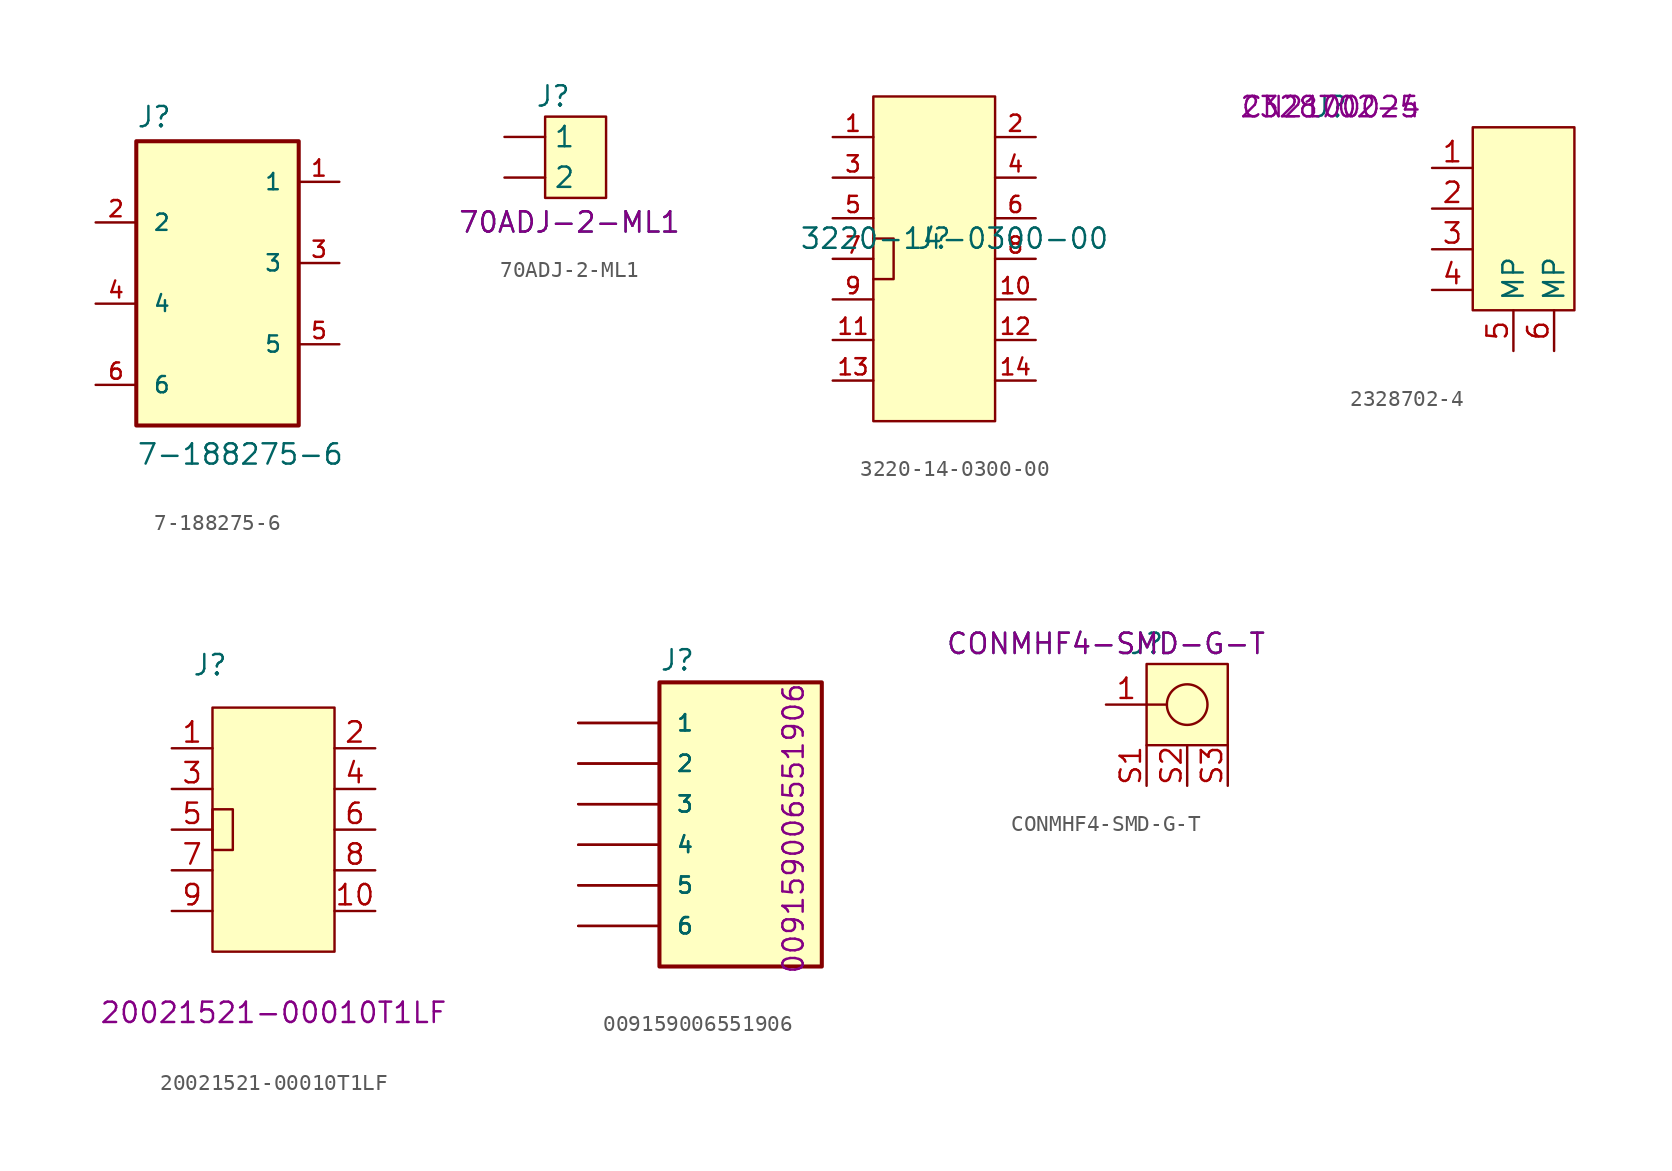
<source format=kicad_sym>
(kicad_symbol_lib
  (version 20241209)
  (generator "kicad_symbol_editor")
  (generator_version "9.0")
  (symbol "7-188275-6"
    (pin_names
      (offset 1.016))
    (property "Reference" "J"
      (at -5.088 8.394 0)
      (effects (font (size 1.27 1.27)) (justify left bottom)))
    (property "Value" "7-188275-6"
      (at -5.082 -12.706 0)
      (effects (font (size 1.27 1.27)) (justify left bottom)))
    (symbol "7-188275-6_0_0"
      (rectangle (start -5.08 -10.16) (end 5.08 7.62) (stroke (width 0.254) (type default)) (fill (type background))))
    (symbol "7-188275-6_1_0"
      (pin passive line (at -7.62 2.54 0) (length 2.54) (name "2" (effects (font (size 1.016 1.016)))) (number "2" (effects (font (size 1.016 1.016)))))
      (pin passive line (at -7.62 -2.54 0) (length 2.54) (name "4" (effects (font (size 1.016 1.016)))) (number "4" (effects (font (size 1.016 1.016)))))
      (pin passive line (at -7.62 -7.62 0) (length 2.54) (name "6" (effects (font (size 1.016 1.016)))) (number "6" (effects (font (size 1.016 1.016)))))
      (pin passive line (at 7.62 5.08 180) (length 2.54) (name "1" (effects (font (size 1.016 1.016)))) (number "1" (effects (font (size 1.016 1.016)))))
      (pin passive line (at 7.62 0 180) (length 2.54) (name "3" (effects (font (size 1.016 1.016)))) (number "3" (effects (font (size 1.016 1.016)))))
      (pin passive line (at 7.62 -5.08 180) (length 2.54) (name "5" (effects (font (size 1.016 1.016)))) (number "5" (effects (font (size 1.016 1.016)))))))
  (symbol "70ADJ-2-ML1"
    (pin_numbers
      (hide yes))
    (property "Reference" "J"
      (at 3.048 2.54 0)
      (effects (font (size 1.27 1.27))))
    (property "Value" "70ADJ-2-ML1"
      (at 4.064 -5.334 0)
      (effects (font (size 1.27 1.27))))
    (property "PartNumber" "70ADJ-2-ML1"
      (at 4.064 -5.334 0)
      (effects (font (size 1.27 1.27))))
    (symbol "70ADJ-2-ML1_1_1"
      (rectangle (start 2.54 1.27) (end 6.35 -3.81) (stroke (width 0) (type default)) (fill (type background)))
      (pin passive line (at 0 0 0) (length 2.54) (name "1" (effects (font (size 1.27 1.27)))) (number "1" (effects (font (size 1.27 1.27)))))
      (pin passive line (at 0 -2.54 0) (length 2.54) (name "2" (effects (font (size 1.27 1.27)))) (number "2" (effects (font (size 1.27 1.27)))))))
  (symbol "3220-14-0300-00"
    (pin_names
      (hide yes))
    (property "Reference" "J"
      (at 0 0 0)
      (effects (font (size 1.27 1.27))))
    (property "Value" "3220-14-0300-00"
      (at 1.27 0 0)
      (effects (font (size 1.27 1.27))))
    (symbol "3220-14-0300-00_0_1"
      (polyline (pts (xy -3.81 0) (xy -2.54 0) (xy -2.54 -2.54) (xy -3.81 -2.54)) (stroke (width 0) (type default)) (fill (type none))))
    (symbol "3220-14-0300-00_1_0"
      (pin passive line (at -6.35 6.35 0) (length 2.54) (name "" (effects (font (size 1.016 1.016)))) (number "1" (effects (font (size 1.016 1.016)))))
      (pin passive line (at -6.35 3.81 0) (length 2.54) (name "" (effects (font (size 1.016 1.016)))) (number "3" (effects (font (size 1.016 1.016)))))
      (pin passive line (at -6.35 1.27 0) (length 2.54) (name "" (effects (font (size 1.016 1.016)))) (number "5" (effects (font (size 1.016 1.016)))))
      (pin passive line (at -6.35 -1.27 0) (length 2.54) (name "" (effects (font (size 1.016 1.016)))) (number "7" (effects (font (size 1.016 1.016)))))
      (pin passive line (at -6.35 -3.81 0) (length 2.54) (name "" (effects (font (size 1.016 1.016)))) (number "9" (effects (font (size 1.016 1.016)))))
      (pin passive line (at -6.35 -6.35 0) (length 2.54) (name "" (effects (font (size 1.016 1.016)))) (number "11" (effects (font (size 1.016 1.016)))))
      (pin passive line (at -6.35 -8.89 0) (length 2.54) (name "" (effects (font (size 1.016 1.016)))) (number "13" (effects (font (size 1.016 1.016)))))
      (pin passive line (at 6.35 6.35 180) (length 2.54) (name "" (effects (font (size 1.016 1.016)))) (number "2" (effects (font (size 1.016 1.016)))))
      (pin passive line (at 6.35 3.81 180) (length 2.54) (name "" (effects (font (size 1.016 1.016)))) (number "4" (effects (font (size 1.016 1.016)))))
      (pin passive line (at 6.35 1.27 180) (length 2.54) (name "" (effects (font (size 1.016 1.016)))) (number "6" (effects (font (size 1.016 1.016)))))
      (pin passive line (at 6.35 -1.27 180) (length 2.54) (name "" (effects (font (size 1.016 1.016)))) (number "8" (effects (font (size 1.016 1.016)))))
      (pin passive line (at 6.35 -3.81 180) (length 2.54) (name "" (effects (font (size 1.016 1.016)))) (number "10" (effects (font (size 1.016 1.016)))))
      (pin passive line (at 6.35 -6.35 180) (length 2.54) (name "" (effects (font (size 1.016 1.016)))) (number "12" (effects (font (size 1.016 1.016)))))
      (pin passive line (at 6.35 -8.89 180) (length 2.54) (name "" (effects (font (size 1.016 1.016)))) (number "14" (effects (font (size 1.016 1.016))))))
    (symbol "3220-14-0300-00_1_1"
      (rectangle (start -3.81 8.89) (end 3.81 -11.43) (stroke (width 0) (type default)) (fill (type background)))))
  (symbol "2328702-4"
    (property "Reference" "J"
      (at 0 0 0)
      (effects (font (size 1.27 1.27))))
    (property "PartNumber" "2328702-4"
      (at 0 0 0)
      (effects (font (size 1.27 1.27))))
    (property "AdmetecPN" "CN2100025"
      (at 0 0 0)
      (effects (font (size 1.27 1.27))))
    (symbol "2328702-4_1_1"
      (rectangle (start 8.89 -1.27) (end 15.24 -12.7) (stroke (width 0) (type default)) (fill (type background)))
      (pin passive line (at 6.35 -3.81 0) (length 2.54) (name "" (effects (font (size 1.27 1.27)))) (number "1" (effects (font (size 1.27 1.27)))))
      (pin passive line (at 6.35 -6.35 0) (length 2.54) (name "" (effects (font (size 1.27 1.27)))) (number "2" (effects (font (size 1.27 1.27)))))
      (pin passive line (at 6.35 -8.89 0) (length 2.54) (name "" (effects (font (size 1.27 1.27)))) (number "3" (effects (font (size 1.27 1.27)))))
      (pin passive line (at 6.35 -11.43 0) (length 2.54) (name "" (effects (font (size 1.27 1.27)))) (number "4" (effects (font (size 1.27 1.27)))))
      (pin passive line (at 11.43 -15.24 90) (length 2.54) (name "MP" (effects (font (size 1.27 1.27)))) (number "5" (effects (font (size 1.27 1.27)))))
      (pin passive line (at 13.97 -15.24 90) (length 2.54) (name "MP" (effects (font (size 1.27 1.27)))) (number "6" (effects (font (size 1.27 1.27)))))))
  (symbol "20021521-00010T1LF"
    (pin_names
      (offset 1.016)
      (hide yes))
    (property "Reference" "J"
      (at -5.087 9.534 0)
      (effects (font (size 1.27 1.27)) (justify left bottom)))
    (property "PartNumber" "20021521-00010T1LF"
      (at 0 -11.43 0)
      (effects (font (size 1.27 1.27))))
    (symbol "20021521-00010T1LF_0_0"
      (pin passive line (at -6.35 5.08 0) (length 2.54) (name "" (effects (font (size 1.27 1.27)))) (number "1" (effects (font (size 1.27 1.27)))))
      (pin passive line (at -6.35 2.54 0) (length 2.54) (name "" (effects (font (size 1.27 1.27)))) (number "3" (effects (font (size 1.27 1.27)))))
      (pin passive line (at -6.35 0 0) (length 2.54) (name "" (effects (font (size 1.27 1.27)))) (number "5" (effects (font (size 1.27 1.27)))))
      (pin passive line (at -6.35 -2.54 0) (length 2.54) (name "" (effects (font (size 1.27 1.27)))) (number "7" (effects (font (size 1.27 1.27)))))
      (pin passive line (at -6.35 -5.08 0) (length 2.54) (name "" (effects (font (size 1.27 1.27)))) (number "9" (effects (font (size 1.27 1.27)))))
      (pin passive line (at 6.35 5.08 180) (length 2.54) (name "" (effects (font (size 1.27 1.27)))) (number "2" (effects (font (size 1.27 1.27)))))
      (pin passive line (at 6.35 2.54 180) (length 2.54) (name "" (effects (font (size 1.27 1.27)))) (number "4" (effects (font (size 1.27 1.27)))))
      (pin passive line (at 6.35 0 180) (length 2.54) (name "" (effects (font (size 1.27 1.27)))) (number "6" (effects (font (size 1.27 1.27)))))
      (pin passive line (at 6.35 -2.54 180) (length 2.54) (name "" (effects (font (size 1.27 1.27)))) (number "8" (effects (font (size 1.27 1.27)))))
      (pin passive line (at 6.35 -5.08 180) (length 2.54) (name "" (effects (font (size 1.27 1.27)))) (number "10" (effects (font (size 1.27 1.27))))))
    (symbol "20021521-00010T1LF_1_1"
      (rectangle (start -3.81 7.62) (end 3.81 -7.62) (stroke (width 0) (type default)) (fill (type background)))
      (rectangle (start -3.81 1.27) (end -2.54 -1.27) (stroke (width 0) (type default)) (fill (type none)))))
  (symbol "009159006551906"
    (pin_numbers
      (hide yes))
    (pin_names
      (offset 1.016))
    (property "Reference" "J"
      (at -5.085 10.806 0)
      (effects (font (size 1.27 1.27)) (justify left bottom)))
    (property "PartNumber" "009159006551906"
      (at 3.302 1.016 90)
      (effects (font (size 1.27 1.27))))
    (symbol "009159006551906_0_0"
      (rectangle (start -5.08 -7.62) (end 5.08 10.16) (stroke (width 0.254) (type default)) (fill (type background)))
      (pin passive line (at -10.16 7.62 0) (length 5.08) (name "1" (effects (font (size 1.016 1.016)))) (number "1" (effects (font (size 1.016 1.016)))))
      (pin passive line (at -10.16 7.62 0) (length 5.08) (name "1" (effects (font (size 1.016 1.016)))) (number "1_1" (effects (font (size 1.016 1.016)))))
      (pin passive line (at -10.16 5.08 0) (length 5.08) (name "2" (effects (font (size 1.016 1.016)))) (number "2" (effects (font (size 1.016 1.016)))))
      (pin passive line (at -10.16 5.08 0) (length 5.08) (name "2" (effects (font (size 1.016 1.016)))) (number "2_1" (effects (font (size 1.016 1.016)))))
      (pin passive line (at -10.16 2.54 0) (length 5.08) (name "3" (effects (font (size 1.016 1.016)))) (number "3" (effects (font (size 1.016 1.016)))))
      (pin passive line (at -10.16 2.54 0) (length 5.08) (name "3" (effects (font (size 1.016 1.016)))) (number "3_1" (effects (font (size 1.016 1.016)))))
      (pin passive line (at -10.16 0 0) (length 5.08) (name "4" (effects (font (size 1.016 1.016)))) (number "4" (effects (font (size 1.016 1.016)))))
      (pin passive line (at -10.16 0 0) (length 5.08) (name "4" (effects (font (size 1.016 1.016)))) (number "4_1" (effects (font (size 1.016 1.016)))))
      (pin passive line (at -10.16 -2.54 0) (length 5.08) (name "5" (effects (font (size 1.016 1.016)))) (number "5" (effects (font (size 1.016 1.016)))))
      (pin passive line (at -10.16 -2.54 0) (length 5.08) (name "5" (effects (font (size 1.016 1.016)))) (number "5_1" (effects (font (size 1.016 1.016)))))
      (pin passive line (at -10.16 -5.08 0) (length 5.08) (name "6" (effects (font (size 1.016 1.016)))) (number "6" (effects (font (size 1.016 1.016)))))
      (pin passive line (at -10.16 -5.08 0) (length 5.08) (name "6" (effects (font (size 1.016 1.016)))) (number "6_1" (effects (font (size 1.016 1.016)))))))
  (symbol "CONMHF4-SMD-G-T"
    (property "Reference" "J"
      (at 2.54 0 0)
      (effects (font (size 1.27 1.27))))
    (property "Value" "CONMHF4-SMD-G-T"
      (at 0 0 0)
      (effects (font (size 1.27 1.27))))
    (property "PartNumber" "CONMHF4-SMD-G-T"
      (at 0 0 0)
      (effects (font (size 1.27 1.27))))
    (symbol "CONMHF4-SMD-G-T_0_1"
      (polyline (pts (xy 2.54 -3.81) (xy 3.81 -3.81)) (stroke (width 0) (type default)) (fill (type none)))
      (circle (center 5.08 -3.81) (radius 1.27) (stroke (width 0) (type default)) (fill (type none))))
    (symbol "CONMHF4-SMD-G-T_1_1"
      (rectangle (start 2.54 -1.27) (end 7.62 -6.35) (stroke (width 0) (type default)) (fill (type background)))
      (pin passive line (at 0 -3.81 0) (length 2.54) (name "" (effects (font (size 1.27 1.27)))) (number "1" (effects (font (size 1.27 1.27)))))
      (pin passive line (at 2.54 -8.89 90) (length 2.54) (name "" (effects (font (size 1.27 1.27)))) (number "S1" (effects (font (size 1.27 1.27)))))
      (pin passive line (at 5.08 -8.89 90) (length 2.54) (name "" (effects (font (size 1.27 1.27)))) (number "S2" (effects (font (size 1.27 1.27)))))
      (pin passive line (at 7.62 -8.89 90) (length 2.54) (name "" (effects (font (size 1.27 1.27)))) (number "S3" (effects (font (size 1.27 1.27))))))))
</source>
